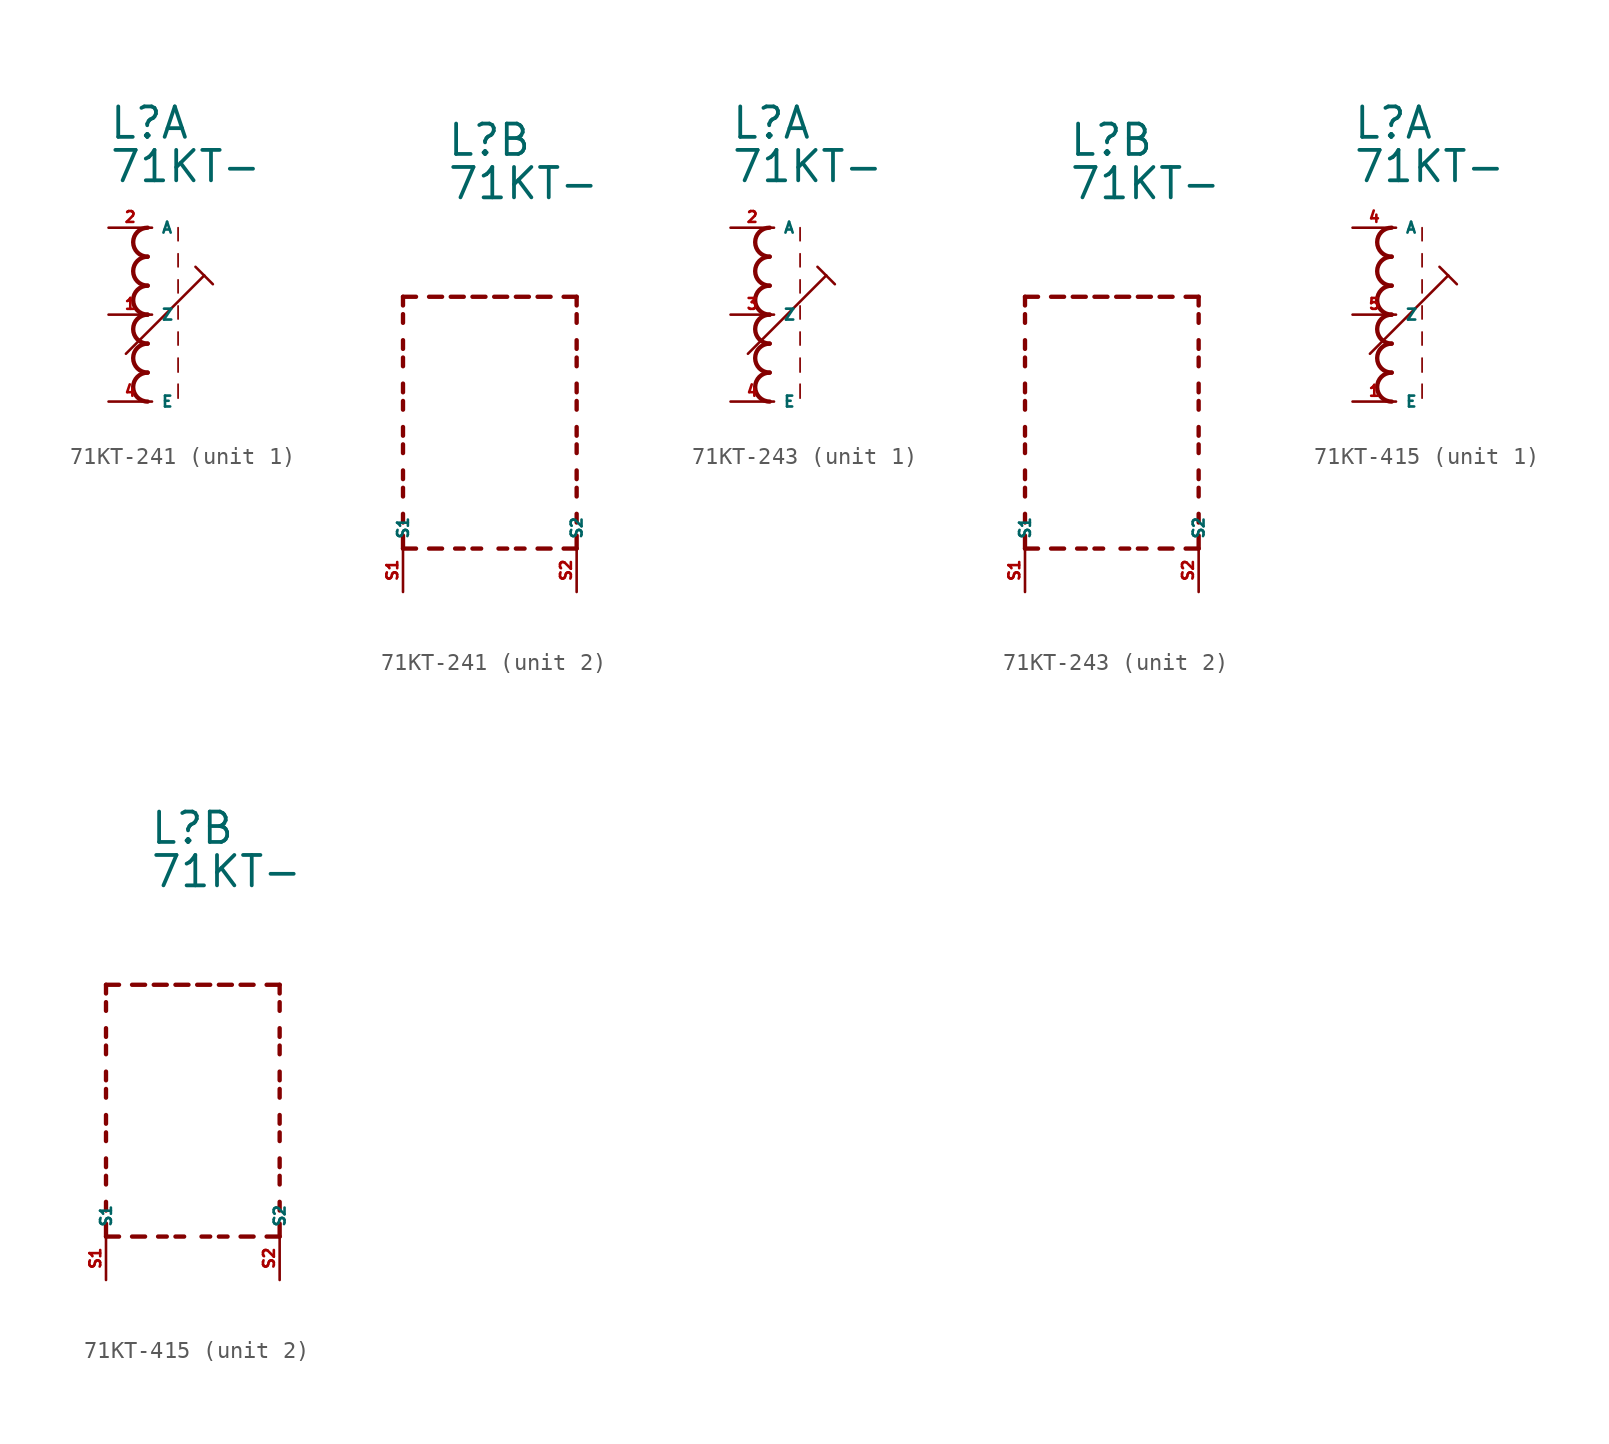
<source format=kicad_sym>
(kicad_symbol_lib
  (version 20220914)
  (generator kicad_symbol_editor)
  (symbol "71KT-241"
    (property "Reference" "L"
      (at -2.54 10.16 0)
      (effects (font (size 1.778 1.778) (thickness 0.22)) (justify left bottom)))
    (property "Value" "71KT-"
      (at -2.54 7.62 0)
      (effects (font (size 1.778 1.778) (thickness 0.22)) (justify left bottom)))
    (symbol "71KT-241_1_0"
      (arc (start -0.254 -3.3866) (mid -1.1004 -4.2333) (end -0.254 -5.08) (stroke (width 0.254) (type default)) (fill (type none)))
      (arc (start -0.254 -1.6932) (mid -1.1004 -2.5399) (end -0.254 -3.3866) (stroke (width 0.254) (type default)) (fill (type none)))
      (arc (start -0.254 0) (mid -1.1004 -0.8467) (end -0.254 -1.6934) (stroke (width 0.254) (type default)) (fill (type none)))
      (arc (start -0.254 1.6934) (mid -1.1004 0.8467) (end -0.254 0) (stroke (width 0.254) (type default)) (fill (type none)))
      (arc (start -0.254 3.3866) (mid -1.1002 2.54) (end -0.254 1.6934) (stroke (width 0.254) (type default)) (fill (type none)))
      (arc (start -0.254 5.08) (mid -1.1004 4.2333) (end -0.254 3.3866) (stroke (width 0.254) (type default)) (fill (type none)))
      (polyline (pts (xy -1.524 -2.286) (xy 3.048 2.286)) (stroke (width 0.152) (type default)) (fill (type none)))
      (polyline (pts (xy 1.524 -4.064) (xy 1.524 -4.88)) (stroke (width 0.102) (type default)) (fill (type none)))
      (polyline (pts (xy 1.524 -2.54) (xy 1.524 -3.356)) (stroke (width 0.102) (type default)) (fill (type none)))
      (polyline (pts (xy 1.524 -1.016) (xy 1.524 -1.778)) (stroke (width 0.102) (type default)) (fill (type none)))
      (polyline (pts (xy 1.524 0.508) (xy 1.524 -0.254)) (stroke (width 0.102) (type default)) (fill (type none)))
      (polyline (pts (xy 1.524 2.032) (xy 1.524 1.27)) (stroke (width 0.102) (type default)) (fill (type none)))
      (polyline (pts (xy 1.524 3.556) (xy 1.524 2.794)) (stroke (width 0.102) (type default)) (fill (type none)))
      (polyline (pts (xy 1.524 5.08) (xy 1.524 4.318)) (stroke (width 0.102) (type default)) (fill (type none)))
      (polyline (pts (xy 2.54 2.794) (xy 3.048 2.286)) (stroke (width 0.152) (type default)) (fill (type none)))
      (polyline (pts (xy 3.048 2.286) (xy 3.556 1.778)) (stroke (width 0.152) (type default)) (fill (type none)))
      (pin passive line (at -2.54 0 0) (length 2.54) (name "Z" (effects (font (size 0.635 0.635)))) (number "1" (effects (font (size 0.635 0.635)))))
      (pin passive line (at -2.54 5.08 0) (length 2.54) (name "A" (effects (font (size 0.635 0.635)))) (number "2" (effects (font (size 0.635 0.635)))))
      (pin passive line (at -2.54 -5.08 0) (length 2.54) (name "E" (effects (font (size 0.635 0.635)))) (number "4" (effects (font (size 0.635 0.635))))))
    (symbol "71KT-241_2_0"
      (polyline (pts (xy -5.08 -12.7) (xy -5.08 -11.938)) (stroke (width 0.254) (type default)) (fill (type none)))
      (polyline (pts (xy -5.08 -12.7) (xy -4.318 -12.7)) (stroke (width 0.254) (type default)) (fill (type none)))
      (polyline (pts (xy -5.08 -11.176) (xy -5.08 -10.668)) (stroke (width 0.254) (type default)) (fill (type none)))
      (polyline (pts (xy -5.08 -9.652) (xy -5.08 -9.144)) (stroke (width 0.254) (type default)) (fill (type none)))
      (polyline (pts (xy -5.08 -8.636) (xy -5.08 -8.128)) (stroke (width 0.254) (type default)) (fill (type none)))
      (polyline (pts (xy -5.08 -7.112) (xy -5.08 -6.604)) (stroke (width 0.254) (type default)) (fill (type none)))
      (polyline (pts (xy -5.08 -6.096) (xy -5.08 -5.588)) (stroke (width 0.254) (type default)) (fill (type none)))
      (polyline (pts (xy -5.08 -4.572) (xy -5.08 -4.064)) (stroke (width 0.254) (type default)) (fill (type none)))
      (polyline (pts (xy -5.08 -3.556) (xy -5.08 -3.048)) (stroke (width 0.254) (type default)) (fill (type none)))
      (polyline (pts (xy -5.08 -2.032) (xy -5.08 -1.524)) (stroke (width 0.254) (type default)) (fill (type none)))
      (polyline (pts (xy -5.08 -1.016) (xy -5.08 -0.508)) (stroke (width 0.254) (type default)) (fill (type none)))
      (polyline (pts (xy -5.08 0.508) (xy -5.08 1.016)) (stroke (width 0.254) (type default)) (fill (type none)))
      (polyline (pts (xy -5.08 1.524) (xy -5.08 2.032)) (stroke (width 0.254) (type default)) (fill (type none)))
      (polyline (pts (xy -5.08 2.032) (xy -4.318 2.032)) (stroke (width 0.254) (type default)) (fill (type none)))
      (polyline (pts (xy -3.556 -12.7) (xy -2.794 -12.7)) (stroke (width 0.254) (type default)) (fill (type none)))
      (polyline (pts (xy -3.556 2.032) (xy -2.794 2.032)) (stroke (width 0.254) (type default)) (fill (type none)))
      (polyline (pts (xy -1.524 -12.7) (xy -2.032 -12.7)) (stroke (width 0.254) (type default)) (fill (type none)))
      (polyline (pts (xy -1.524 2.032) (xy -2.286 2.032)) (stroke (width 0.254) (type default)) (fill (type none)))
      (polyline (pts (xy -1.016 2.032) (xy -0.254 2.032)) (stroke (width 0.254) (type default)) (fill (type none)))
      (polyline (pts (xy -0.508 -12.7) (xy -1.016 -12.7)) (stroke (width 0.254) (type default)) (fill (type none)))
      (polyline (pts (xy 1.016 -12.7) (xy 0.508 -12.7)) (stroke (width 0.254) (type default)) (fill (type none)))
      (polyline (pts (xy 1.016 2.032) (xy 0.254 2.032)) (stroke (width 0.254) (type default)) (fill (type none)))
      (polyline (pts (xy 1.524 2.032) (xy 2.286 2.032)) (stroke (width 0.254) (type default)) (fill (type none)))
      (polyline (pts (xy 2.032 -12.7) (xy 1.524 -12.7)) (stroke (width 0.254) (type default)) (fill (type none)))
      (polyline (pts (xy 3.556 -12.7) (xy 2.794 -12.7)) (stroke (width 0.254) (type default)) (fill (type none)))
      (polyline (pts (xy 3.556 2.032) (xy 2.794 2.032)) (stroke (width 0.254) (type default)) (fill (type none)))
      (polyline (pts (xy 5.08 -12.7) (xy 4.318 -12.7)) (stroke (width 0.254) (type default)) (fill (type none)))
      (polyline (pts (xy 5.08 -12.7) (xy 5.08 -11.938)) (stroke (width 0.254) (type default)) (fill (type none)))
      (polyline (pts (xy 5.08 -11.176) (xy 5.08 -10.668)) (stroke (width 0.254) (type default)) (fill (type none)))
      (polyline (pts (xy 5.08 -9.652) (xy 5.08 -9.144)) (stroke (width 0.254) (type default)) (fill (type none)))
      (polyline (pts (xy 5.08 -8.636) (xy 5.08 -8.128)) (stroke (width 0.254) (type default)) (fill (type none)))
      (polyline (pts (xy 5.08 -7.112) (xy 5.08 -6.604)) (stroke (width 0.254) (type default)) (fill (type none)))
      (polyline (pts (xy 5.08 -6.096) (xy 5.08 -5.588)) (stroke (width 0.254) (type default)) (fill (type none)))
      (polyline (pts (xy 5.08 -4.572) (xy 5.08 -4.064)) (stroke (width 0.254) (type default)) (fill (type none)))
      (polyline (pts (xy 5.08 -3.556) (xy 5.08 -3.048)) (stroke (width 0.254) (type default)) (fill (type none)))
      (polyline (pts (xy 5.08 -2.032) (xy 5.08 -1.524)) (stroke (width 0.254) (type default)) (fill (type none)))
      (polyline (pts (xy 5.08 -1.016) (xy 5.08 -0.508)) (stroke (width 0.254) (type default)) (fill (type none)))
      (polyline (pts (xy 5.08 0.508) (xy 5.08 1.016)) (stroke (width 0.254) (type default)) (fill (type none)))
      (polyline (pts (xy 5.08 1.524) (xy 5.08 2.032)) (stroke (width 0.254) (type default)) (fill (type none)))
      (polyline (pts (xy 5.08 2.032) (xy 4.318 2.032)) (stroke (width 0.254) (type default)) (fill (type none)))
      (pin passive line (at -5.08 -15.24 90) (length 2.54) (name "S1" (effects (font (size 0.635 0.635)))) (number "S1" (effects (font (size 0.635 0.635)))))
      (pin passive line (at 5.08 -15.24 90) (length 2.54) (name "S2" (effects (font (size 0.635 0.635)))) (number "S2" (effects (font (size 0.635 0.635)))))))
  (symbol "71KT-243"
    (property "Reference" "L"
      (at -2.54 10.16 0)
      (effects (font (size 1.778 1.778) (thickness 0.22)) (justify left bottom)))
    (property "Value" "71KT-"
      (at -2.54 7.62 0)
      (effects (font (size 1.778 1.778) (thickness 0.22)) (justify left bottom)))
    (symbol "71KT-243_1_0"
      (arc (start -0.254 -3.3866) (mid -1.1004 -4.2333) (end -0.254 -5.08) (stroke (width 0.254) (type default)) (fill (type none)))
      (arc (start -0.254 -1.6932) (mid -1.1004 -2.5399) (end -0.254 -3.3866) (stroke (width 0.254) (type default)) (fill (type none)))
      (arc (start -0.254 0) (mid -1.1004 -0.8467) (end -0.254 -1.6934) (stroke (width 0.254) (type default)) (fill (type none)))
      (arc (start -0.254 1.6934) (mid -1.1004 0.8467) (end -0.254 0) (stroke (width 0.254) (type default)) (fill (type none)))
      (arc (start -0.254 3.3866) (mid -1.1002 2.54) (end -0.254 1.6934) (stroke (width 0.254) (type default)) (fill (type none)))
      (arc (start -0.254 5.08) (mid -1.1004 4.2333) (end -0.254 3.3866) (stroke (width 0.254) (type default)) (fill (type none)))
      (polyline (pts (xy -1.524 -2.286) (xy 3.048 2.286)) (stroke (width 0.152) (type default)) (fill (type none)))
      (polyline (pts (xy 1.524 -4.064) (xy 1.524 -4.88)) (stroke (width 0.102) (type default)) (fill (type none)))
      (polyline (pts (xy 1.524 -2.54) (xy 1.524 -3.356)) (stroke (width 0.102) (type default)) (fill (type none)))
      (polyline (pts (xy 1.524 -1.016) (xy 1.524 -1.778)) (stroke (width 0.102) (type default)) (fill (type none)))
      (polyline (pts (xy 1.524 0.508) (xy 1.524 -0.254)) (stroke (width 0.102) (type default)) (fill (type none)))
      (polyline (pts (xy 1.524 2.032) (xy 1.524 1.27)) (stroke (width 0.102) (type default)) (fill (type none)))
      (polyline (pts (xy 1.524 3.556) (xy 1.524 2.794)) (stroke (width 0.102) (type default)) (fill (type none)))
      (polyline (pts (xy 1.524 5.08) (xy 1.524 4.318)) (stroke (width 0.102) (type default)) (fill (type none)))
      (polyline (pts (xy 2.54 2.794) (xy 3.048 2.286)) (stroke (width 0.152) (type default)) (fill (type none)))
      (polyline (pts (xy 3.048 2.286) (xy 3.556 1.778)) (stroke (width 0.152) (type default)) (fill (type none)))
      (pin passive line (at -2.54 5.08 0) (length 2.54) (name "A" (effects (font (size 0.635 0.635)))) (number "2" (effects (font (size 0.635 0.635)))))
      (pin passive line (at -2.54 0 0) (length 2.54) (name "Z" (effects (font (size 0.635 0.635)))) (number "3" (effects (font (size 0.635 0.635)))))
      (pin passive line (at -2.54 -5.08 0) (length 2.54) (name "E" (effects (font (size 0.635 0.635)))) (number "4" (effects (font (size 0.635 0.635))))))
    (symbol "71KT-243_2_0"
      (polyline (pts (xy -5.08 -12.7) (xy -5.08 -11.938)) (stroke (width 0.254) (type default)) (fill (type none)))
      (polyline (pts (xy -5.08 -12.7) (xy -4.318 -12.7)) (stroke (width 0.254) (type default)) (fill (type none)))
      (polyline (pts (xy -5.08 -11.176) (xy -5.08 -10.668)) (stroke (width 0.254) (type default)) (fill (type none)))
      (polyline (pts (xy -5.08 -9.652) (xy -5.08 -9.144)) (stroke (width 0.254) (type default)) (fill (type none)))
      (polyline (pts (xy -5.08 -8.636) (xy -5.08 -8.128)) (stroke (width 0.254) (type default)) (fill (type none)))
      (polyline (pts (xy -5.08 -7.112) (xy -5.08 -6.604)) (stroke (width 0.254) (type default)) (fill (type none)))
      (polyline (pts (xy -5.08 -6.096) (xy -5.08 -5.588)) (stroke (width 0.254) (type default)) (fill (type none)))
      (polyline (pts (xy -5.08 -4.572) (xy -5.08 -4.064)) (stroke (width 0.254) (type default)) (fill (type none)))
      (polyline (pts (xy -5.08 -3.556) (xy -5.08 -3.048)) (stroke (width 0.254) (type default)) (fill (type none)))
      (polyline (pts (xy -5.08 -2.032) (xy -5.08 -1.524)) (stroke (width 0.254) (type default)) (fill (type none)))
      (polyline (pts (xy -5.08 -1.016) (xy -5.08 -0.508)) (stroke (width 0.254) (type default)) (fill (type none)))
      (polyline (pts (xy -5.08 0.508) (xy -5.08 1.016)) (stroke (width 0.254) (type default)) (fill (type none)))
      (polyline (pts (xy -5.08 1.524) (xy -5.08 2.032)) (stroke (width 0.254) (type default)) (fill (type none)))
      (polyline (pts (xy -5.08 2.032) (xy -4.318 2.032)) (stroke (width 0.254) (type default)) (fill (type none)))
      (polyline (pts (xy -3.556 -12.7) (xy -2.794 -12.7)) (stroke (width 0.254) (type default)) (fill (type none)))
      (polyline (pts (xy -3.556 2.032) (xy -2.794 2.032)) (stroke (width 0.254) (type default)) (fill (type none)))
      (polyline (pts (xy -1.524 -12.7) (xy -2.032 -12.7)) (stroke (width 0.254) (type default)) (fill (type none)))
      (polyline (pts (xy -1.524 2.032) (xy -2.286 2.032)) (stroke (width 0.254) (type default)) (fill (type none)))
      (polyline (pts (xy -1.016 2.032) (xy -0.254 2.032)) (stroke (width 0.254) (type default)) (fill (type none)))
      (polyline (pts (xy -0.508 -12.7) (xy -1.016 -12.7)) (stroke (width 0.254) (type default)) (fill (type none)))
      (polyline (pts (xy 1.016 -12.7) (xy 0.508 -12.7)) (stroke (width 0.254) (type default)) (fill (type none)))
      (polyline (pts (xy 1.016 2.032) (xy 0.254 2.032)) (stroke (width 0.254) (type default)) (fill (type none)))
      (polyline (pts (xy 1.524 2.032) (xy 2.286 2.032)) (stroke (width 0.254) (type default)) (fill (type none)))
      (polyline (pts (xy 2.032 -12.7) (xy 1.524 -12.7)) (stroke (width 0.254) (type default)) (fill (type none)))
      (polyline (pts (xy 3.556 -12.7) (xy 2.794 -12.7)) (stroke (width 0.254) (type default)) (fill (type none)))
      (polyline (pts (xy 3.556 2.032) (xy 2.794 2.032)) (stroke (width 0.254) (type default)) (fill (type none)))
      (polyline (pts (xy 5.08 -12.7) (xy 4.318 -12.7)) (stroke (width 0.254) (type default)) (fill (type none)))
      (polyline (pts (xy 5.08 -12.7) (xy 5.08 -11.938)) (stroke (width 0.254) (type default)) (fill (type none)))
      (polyline (pts (xy 5.08 -11.176) (xy 5.08 -10.668)) (stroke (width 0.254) (type default)) (fill (type none)))
      (polyline (pts (xy 5.08 -9.652) (xy 5.08 -9.144)) (stroke (width 0.254) (type default)) (fill (type none)))
      (polyline (pts (xy 5.08 -8.636) (xy 5.08 -8.128)) (stroke (width 0.254) (type default)) (fill (type none)))
      (polyline (pts (xy 5.08 -7.112) (xy 5.08 -6.604)) (stroke (width 0.254) (type default)) (fill (type none)))
      (polyline (pts (xy 5.08 -6.096) (xy 5.08 -5.588)) (stroke (width 0.254) (type default)) (fill (type none)))
      (polyline (pts (xy 5.08 -4.572) (xy 5.08 -4.064)) (stroke (width 0.254) (type default)) (fill (type none)))
      (polyline (pts (xy 5.08 -3.556) (xy 5.08 -3.048)) (stroke (width 0.254) (type default)) (fill (type none)))
      (polyline (pts (xy 5.08 -2.032) (xy 5.08 -1.524)) (stroke (width 0.254) (type default)) (fill (type none)))
      (polyline (pts (xy 5.08 -1.016) (xy 5.08 -0.508)) (stroke (width 0.254) (type default)) (fill (type none)))
      (polyline (pts (xy 5.08 0.508) (xy 5.08 1.016)) (stroke (width 0.254) (type default)) (fill (type none)))
      (polyline (pts (xy 5.08 1.524) (xy 5.08 2.032)) (stroke (width 0.254) (type default)) (fill (type none)))
      (polyline (pts (xy 5.08 2.032) (xy 4.318 2.032)) (stroke (width 0.254) (type default)) (fill (type none)))
      (pin passive line (at -5.08 -15.24 90) (length 2.54) (name "S1" (effects (font (size 0.635 0.635)))) (number "S1" (effects (font (size 0.635 0.635)))))
      (pin passive line (at 5.08 -15.24 90) (length 2.54) (name "S2" (effects (font (size 0.635 0.635)))) (number "S2" (effects (font (size 0.635 0.635)))))))
  (symbol "71KT-415"
    (property "Reference" "L"
      (at -2.54 10.16 0)
      (effects (font (size 1.778 1.778) (thickness 0.22)) (justify left bottom)))
    (property "Value" "71KT-"
      (at -2.54 7.62 0)
      (effects (font (size 1.778 1.778) (thickness 0.22)) (justify left bottom)))
    (symbol "71KT-415_1_0"
      (arc (start -0.254 -3.3866) (mid -1.1004 -4.2333) (end -0.254 -5.08) (stroke (width 0.254) (type default)) (fill (type none)))
      (arc (start -0.254 -1.6932) (mid -1.1004 -2.5399) (end -0.254 -3.3866) (stroke (width 0.254) (type default)) (fill (type none)))
      (arc (start -0.254 0) (mid -1.1004 -0.8467) (end -0.254 -1.6934) (stroke (width 0.254) (type default)) (fill (type none)))
      (arc (start -0.254 1.6934) (mid -1.1004 0.8467) (end -0.254 0) (stroke (width 0.254) (type default)) (fill (type none)))
      (arc (start -0.254 3.3866) (mid -1.1002 2.54) (end -0.254 1.6934) (stroke (width 0.254) (type default)) (fill (type none)))
      (arc (start -0.254 5.08) (mid -1.1004 4.2333) (end -0.254 3.3866) (stroke (width 0.254) (type default)) (fill (type none)))
      (polyline (pts (xy -1.524 -2.286) (xy 3.048 2.286)) (stroke (width 0.152) (type default)) (fill (type none)))
      (polyline (pts (xy 1.524 -4.064) (xy 1.524 -4.88)) (stroke (width 0.102) (type default)) (fill (type none)))
      (polyline (pts (xy 1.524 -2.54) (xy 1.524 -3.356)) (stroke (width 0.102) (type default)) (fill (type none)))
      (polyline (pts (xy 1.524 -1.016) (xy 1.524 -1.778)) (stroke (width 0.102) (type default)) (fill (type none)))
      (polyline (pts (xy 1.524 0.508) (xy 1.524 -0.254)) (stroke (width 0.102) (type default)) (fill (type none)))
      (polyline (pts (xy 1.524 2.032) (xy 1.524 1.27)) (stroke (width 0.102) (type default)) (fill (type none)))
      (polyline (pts (xy 1.524 3.556) (xy 1.524 2.794)) (stroke (width 0.102) (type default)) (fill (type none)))
      (polyline (pts (xy 1.524 5.08) (xy 1.524 4.318)) (stroke (width 0.102) (type default)) (fill (type none)))
      (polyline (pts (xy 2.54 2.794) (xy 3.048 2.286)) (stroke (width 0.152) (type default)) (fill (type none)))
      (polyline (pts (xy 3.048 2.286) (xy 3.556 1.778)) (stroke (width 0.152) (type default)) (fill (type none)))
      (pin passive line (at -2.54 -5.08 0) (length 2.54) (name "E" (effects (font (size 0.635 0.635)))) (number "1" (effects (font (size 0.635 0.635)))))
      (pin passive line (at -2.54 5.08 0) (length 2.54) (name "A" (effects (font (size 0.635 0.635)))) (number "4" (effects (font (size 0.635 0.635)))))
      (pin passive line (at -2.54 0 0) (length 2.54) (name "Z" (effects (font (size 0.635 0.635)))) (number "5" (effects (font (size 0.635 0.635))))))
    (symbol "71KT-415_2_0"
      (polyline (pts (xy -5.08 -12.7) (xy -5.08 -11.938)) (stroke (width 0.254) (type default)) (fill (type none)))
      (polyline (pts (xy -5.08 -12.7) (xy -4.318 -12.7)) (stroke (width 0.254) (type default)) (fill (type none)))
      (polyline (pts (xy -5.08 -11.176) (xy -5.08 -10.668)) (stroke (width 0.254) (type default)) (fill (type none)))
      (polyline (pts (xy -5.08 -9.652) (xy -5.08 -9.144)) (stroke (width 0.254) (type default)) (fill (type none)))
      (polyline (pts (xy -5.08 -8.636) (xy -5.08 -8.128)) (stroke (width 0.254) (type default)) (fill (type none)))
      (polyline (pts (xy -5.08 -7.112) (xy -5.08 -6.604)) (stroke (width 0.254) (type default)) (fill (type none)))
      (polyline (pts (xy -5.08 -6.096) (xy -5.08 -5.588)) (stroke (width 0.254) (type default)) (fill (type none)))
      (polyline (pts (xy -5.08 -4.572) (xy -5.08 -4.064)) (stroke (width 0.254) (type default)) (fill (type none)))
      (polyline (pts (xy -5.08 -3.556) (xy -5.08 -3.048)) (stroke (width 0.254) (type default)) (fill (type none)))
      (polyline (pts (xy -5.08 -2.032) (xy -5.08 -1.524)) (stroke (width 0.254) (type default)) (fill (type none)))
      (polyline (pts (xy -5.08 -1.016) (xy -5.08 -0.508)) (stroke (width 0.254) (type default)) (fill (type none)))
      (polyline (pts (xy -5.08 0.508) (xy -5.08 1.016)) (stroke (width 0.254) (type default)) (fill (type none)))
      (polyline (pts (xy -5.08 1.524) (xy -5.08 2.032)) (stroke (width 0.254) (type default)) (fill (type none)))
      (polyline (pts (xy -5.08 2.032) (xy -4.318 2.032)) (stroke (width 0.254) (type default)) (fill (type none)))
      (polyline (pts (xy -3.556 -12.7) (xy -2.794 -12.7)) (stroke (width 0.254) (type default)) (fill (type none)))
      (polyline (pts (xy -3.556 2.032) (xy -2.794 2.032)) (stroke (width 0.254) (type default)) (fill (type none)))
      (polyline (pts (xy -1.524 -12.7) (xy -2.032 -12.7)) (stroke (width 0.254) (type default)) (fill (type none)))
      (polyline (pts (xy -1.524 2.032) (xy -2.286 2.032)) (stroke (width 0.254) (type default)) (fill (type none)))
      (polyline (pts (xy -1.016 2.032) (xy -0.254 2.032)) (stroke (width 0.254) (type default)) (fill (type none)))
      (polyline (pts (xy -0.508 -12.7) (xy -1.016 -12.7)) (stroke (width 0.254) (type default)) (fill (type none)))
      (polyline (pts (xy 1.016 -12.7) (xy 0.508 -12.7)) (stroke (width 0.254) (type default)) (fill (type none)))
      (polyline (pts (xy 1.016 2.032) (xy 0.254 2.032)) (stroke (width 0.254) (type default)) (fill (type none)))
      (polyline (pts (xy 1.524 2.032) (xy 2.286 2.032)) (stroke (width 0.254) (type default)) (fill (type none)))
      (polyline (pts (xy 2.032 -12.7) (xy 1.524 -12.7)) (stroke (width 0.254) (type default)) (fill (type none)))
      (polyline (pts (xy 3.556 -12.7) (xy 2.794 -12.7)) (stroke (width 0.254) (type default)) (fill (type none)))
      (polyline (pts (xy 3.556 2.032) (xy 2.794 2.032)) (stroke (width 0.254) (type default)) (fill (type none)))
      (polyline (pts (xy 5.08 -12.7) (xy 4.318 -12.7)) (stroke (width 0.254) (type default)) (fill (type none)))
      (polyline (pts (xy 5.08 -12.7) (xy 5.08 -11.938)) (stroke (width 0.254) (type default)) (fill (type none)))
      (polyline (pts (xy 5.08 -11.176) (xy 5.08 -10.668)) (stroke (width 0.254) (type default)) (fill (type none)))
      (polyline (pts (xy 5.08 -9.652) (xy 5.08 -9.144)) (stroke (width 0.254) (type default)) (fill (type none)))
      (polyline (pts (xy 5.08 -8.636) (xy 5.08 -8.128)) (stroke (width 0.254) (type default)) (fill (type none)))
      (polyline (pts (xy 5.08 -7.112) (xy 5.08 -6.604)) (stroke (width 0.254) (type default)) (fill (type none)))
      (polyline (pts (xy 5.08 -6.096) (xy 5.08 -5.588)) (stroke (width 0.254) (type default)) (fill (type none)))
      (polyline (pts (xy 5.08 -4.572) (xy 5.08 -4.064)) (stroke (width 0.254) (type default)) (fill (type none)))
      (polyline (pts (xy 5.08 -3.556) (xy 5.08 -3.048)) (stroke (width 0.254) (type default)) (fill (type none)))
      (polyline (pts (xy 5.08 -2.032) (xy 5.08 -1.524)) (stroke (width 0.254) (type default)) (fill (type none)))
      (polyline (pts (xy 5.08 -1.016) (xy 5.08 -0.508)) (stroke (width 0.254) (type default)) (fill (type none)))
      (polyline (pts (xy 5.08 0.508) (xy 5.08 1.016)) (stroke (width 0.254) (type default)) (fill (type none)))
      (polyline (pts (xy 5.08 1.524) (xy 5.08 2.032)) (stroke (width 0.254) (type default)) (fill (type none)))
      (polyline (pts (xy 5.08 2.032) (xy 4.318 2.032)) (stroke (width 0.254) (type default)) (fill (type none)))
      (pin passive line (at -5.08 -15.24 90) (length 2.54) (name "S1" (effects (font (size 0.635 0.635)))) (number "S1" (effects (font (size 0.635 0.635)))))
      (pin passive line (at 5.08 -15.24 90) (length 2.54) (name "S2" (effects (font (size 0.635 0.635)))) (number "S2" (effects (font (size 0.635 0.635))))))))
</source>
